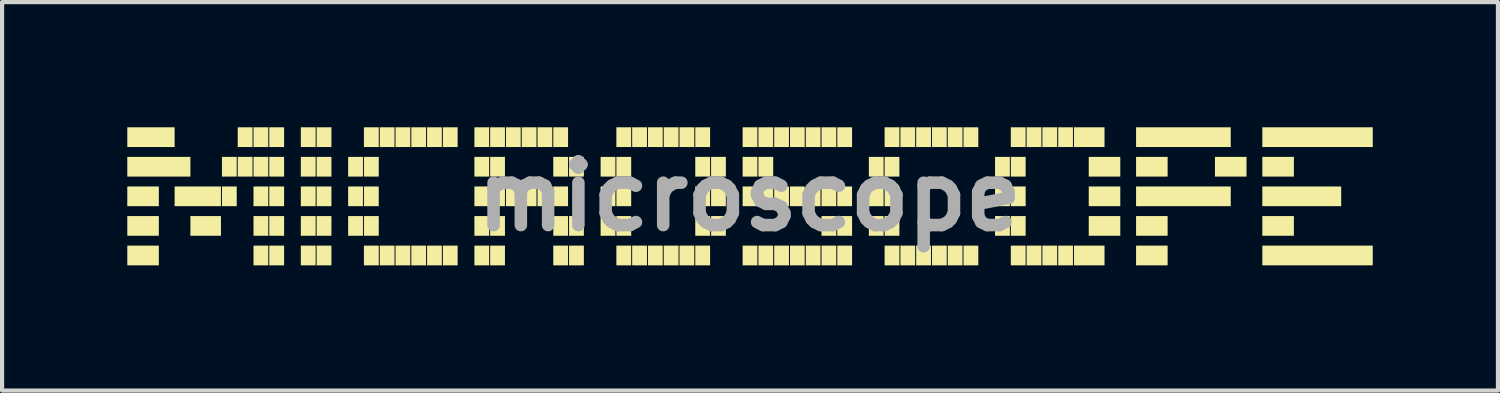
<source format=kicad_pcb>
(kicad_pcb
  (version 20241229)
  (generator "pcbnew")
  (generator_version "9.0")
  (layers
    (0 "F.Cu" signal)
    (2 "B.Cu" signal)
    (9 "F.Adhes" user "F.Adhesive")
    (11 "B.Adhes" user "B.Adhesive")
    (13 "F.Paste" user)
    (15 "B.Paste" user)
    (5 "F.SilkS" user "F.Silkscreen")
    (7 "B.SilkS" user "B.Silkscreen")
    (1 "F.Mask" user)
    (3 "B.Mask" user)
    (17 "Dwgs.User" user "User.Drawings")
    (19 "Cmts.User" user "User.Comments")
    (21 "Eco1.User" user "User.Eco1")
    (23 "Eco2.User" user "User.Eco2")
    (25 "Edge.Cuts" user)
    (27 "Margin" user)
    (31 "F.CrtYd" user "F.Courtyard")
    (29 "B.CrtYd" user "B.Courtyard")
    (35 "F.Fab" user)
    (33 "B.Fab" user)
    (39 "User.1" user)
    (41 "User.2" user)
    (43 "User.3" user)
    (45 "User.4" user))
  (footprint "microscope"
    (layer "F.Cu")
    (at 14.909 1.654)
    (property "Reference" "microscope" (at 0 0 0) (layer "F.Fab") (effects (font (size 1.524 1.524) (thickness 0.3))))
    (attr board_only exclude_from_pos_files exclude_from_bom)
    (fp_poly (pts (xy -14.153 0.236) (xy -14.909 0.236) (xy -14.909 -0.236) (xy -14.153 -0.236)) (stroke (width 0) (type solid)) (fill yes) (layer "F.SilkS"))
    (fp_poly (pts (xy -14.153 0.945) (xy -14.909 0.945) (xy -14.909 0.473) (xy -14.153 0.473)) (stroke (width 0) (type solid)) (fill yes) (layer "F.SilkS"))
    (fp_poly (pts (xy -14.153 1.654) (xy -14.909 1.654) (xy -14.909 1.181) (xy -14.153 1.181)) (stroke (width 0) (type solid)) (fill yes) (layer "F.SilkS"))
    (fp_poly (pts (xy -13.775 -1.181) (xy -14.909 -1.181) (xy -14.909 -1.654) (xy -13.775 -1.654)) (stroke (width 0) (type solid)) (fill yes) (layer "F.SilkS"))
    (fp_poly (pts (xy -13.397 -0.473) (xy -14.909 -0.473) (xy -14.909 -0.945) (xy -13.397 -0.945)) (stroke (width 0) (type solid)) (fill yes) (layer "F.SilkS"))
    (fp_poly (pts (xy -12.665 0.236) (xy -13.775 0.236) (xy -13.775 -0.236) (xy -12.665 -0.236)) (stroke (width 0) (type solid)) (fill yes) (layer "F.SilkS"))
    (fp_poly (pts (xy -12.665 0.945) (xy -13.397 0.945) (xy -13.397 0.473) (xy -12.665 0.473)) (stroke (width 0) (type solid)) (fill yes) (layer "F.SilkS"))
    (fp_poly (pts (xy -12.287 -0.473) (xy -12.641 -0.473) (xy -12.641 -0.945) (xy -12.287 -0.945)) (stroke (width 0) (type solid)) (fill yes) (layer "F.SilkS"))
    (fp_poly (pts (xy -12.287 0.236) (xy -12.641 0.236) (xy -12.641 -0.236) (xy -12.287 -0.236)) (stroke (width 0) (type solid)) (fill yes) (layer "F.SilkS"))
    (fp_poly (pts (xy -11.908 -1.181) (xy -12.263 -1.181) (xy -12.263 -1.654) (xy -11.908 -1.654)) (stroke (width 0) (type solid)) (fill yes) (layer "F.SilkS"))
    (fp_poly (pts (xy -11.908 -0.473) (xy -12.263 -0.473) (xy -12.263 -0.945) (xy -11.908 -0.945)) (stroke (width 0) (type solid)) (fill yes) (layer "F.SilkS"))
    (fp_poly (pts (xy -11.53 -1.181) (xy -11.885 -1.181) (xy -11.885 -1.654) (xy -11.53 -1.654)) (stroke (width 0) (type solid)) (fill yes) (layer "F.SilkS"))
    (fp_poly (pts (xy -11.53 -0.473) (xy -11.885 -0.473) (xy -11.885 -0.945) (xy -11.53 -0.945)) (stroke (width 0) (type solid)) (fill yes) (layer "F.SilkS"))
    (fp_poly (pts (xy -11.53 0.236) (xy -11.885 0.236) (xy -11.885 -0.236) (xy -11.53 -0.236)) (stroke (width 0) (type solid)) (fill yes) (layer "F.SilkS"))
    (fp_poly (pts (xy -11.53 0.945) (xy -11.885 0.945) (xy -11.885 0.473) (xy -11.53 0.473)) (stroke (width 0) (type solid)) (fill yes) (layer "F.SilkS"))
    (fp_poly (pts (xy -11.53 1.654) (xy -11.885 1.654) (xy -11.885 1.181) (xy -11.53 1.181)) (stroke (width 0) (type solid)) (fill yes) (layer "F.SilkS"))
    (fp_poly (pts (xy -11.152 -1.181) (xy -11.507 -1.181) (xy -11.507 -1.654) (xy -11.152 -1.654)) (stroke (width 0) (type solid)) (fill yes) (layer "F.SilkS"))
    (fp_poly (pts (xy -11.152 -0.473) (xy -11.507 -0.473) (xy -11.507 -0.945) (xy -11.152 -0.945)) (stroke (width 0) (type solid)) (fill yes) (layer "F.SilkS"))
    (fp_poly (pts (xy -11.152 0.236) (xy -11.507 0.236) (xy -11.507 -0.236) (xy -11.152 -0.236)) (stroke (width 0) (type solid)) (fill yes) (layer "F.SilkS"))
    (fp_poly (pts (xy -11.152 0.945) (xy -11.507 0.945) (xy -11.507 0.473) (xy -11.152 0.473)) (stroke (width 0) (type solid)) (fill yes) (layer "F.SilkS"))
    (fp_poly (pts (xy -11.152 1.654) (xy -11.507 1.654) (xy -11.507 1.181) (xy -11.152 1.181)) (stroke (width 0) (type solid)) (fill yes) (layer "F.SilkS"))
    (fp_poly (pts (xy -10.396 -1.181) (xy -10.751 -1.181) (xy -10.751 -1.654) (xy -10.396 -1.654)) (stroke (width 0) (type solid)) (fill yes) (layer "F.SilkS"))
    (fp_poly (pts (xy -10.396 -0.473) (xy -10.751 -0.473) (xy -10.751 -0.945) (xy -10.396 -0.945)) (stroke (width 0) (type solid)) (fill yes) (layer "F.SilkS"))
    (fp_poly (pts (xy -10.396 0.236) (xy -10.751 0.236) (xy -10.751 -0.236) (xy -10.396 -0.236)) (stroke (width 0) (type solid)) (fill yes) (layer "F.SilkS"))
    (fp_poly (pts (xy -10.396 0.945) (xy -10.751 0.945) (xy -10.751 0.473) (xy -10.396 0.473)) (stroke (width 0) (type solid)) (fill yes) (layer "F.SilkS"))
    (fp_poly (pts (xy -10.396 1.654) (xy -10.751 1.654) (xy -10.751 1.181) (xy -10.396 1.181)) (stroke (width 0) (type solid)) (fill yes) (layer "F.SilkS"))
    (fp_poly (pts (xy -10.018 -1.181) (xy -10.373 -1.181) (xy -10.373 -1.654) (xy -10.018 -1.654)) (stroke (width 0) (type solid)) (fill yes) (layer "F.SilkS"))
    (fp_poly (pts (xy -10.018 -0.473) (xy -10.373 -0.473) (xy -10.373 -0.945) (xy -10.018 -0.945)) (stroke (width 0) (type solid)) (fill yes) (layer "F.SilkS"))
    (fp_poly (pts (xy -10.018 0.236) (xy -10.373 0.236) (xy -10.373 -0.236) (xy -10.018 -0.236)) (stroke (width 0) (type solid)) (fill yes) (layer "F.SilkS"))
    (fp_poly (pts (xy -10.018 0.945) (xy -10.373 0.945) (xy -10.373 0.473) (xy -10.018 0.473)) (stroke (width 0) (type solid)) (fill yes) (layer "F.SilkS"))
    (fp_poly (pts (xy -10.018 1.654) (xy -10.373 1.654) (xy -10.373 1.181) (xy -10.018 1.181)) (stroke (width 0) (type solid)) (fill yes) (layer "F.SilkS"))
    (fp_poly (pts (xy -9.262 -0.473) (xy -9.617 -0.473) (xy -9.617 -0.945) (xy -9.262 -0.945)) (stroke (width 0) (type solid)) (fill yes) (layer "F.SilkS"))
    (fp_poly (pts (xy -9.262 0.236) (xy -9.617 0.236) (xy -9.617 -0.236) (xy -9.262 -0.236)) (stroke (width 0) (type solid)) (fill yes) (layer "F.SilkS"))
    (fp_poly (pts (xy -9.262 0.945) (xy -9.617 0.945) (xy -9.617 0.473) (xy -9.262 0.473)) (stroke (width 0) (type solid)) (fill yes) (layer "F.SilkS"))
    (fp_poly (pts (xy -8.884 -1.181) (xy -9.239 -1.181) (xy -9.239 -1.654) (xy -8.884 -1.654)) (stroke (width 0) (type solid)) (fill yes) (layer "F.SilkS"))
    (fp_poly (pts (xy -8.884 -0.473) (xy -9.239 -0.473) (xy -9.239 -0.945) (xy -8.884 -0.945)) (stroke (width 0) (type solid)) (fill yes) (layer "F.SilkS"))
    (fp_poly (pts (xy -8.884 0.236) (xy -9.239 0.236) (xy -9.239 -0.236) (xy -8.884 -0.236)) (stroke (width 0) (type solid)) (fill yes) (layer "F.SilkS"))
    (fp_poly (pts (xy -8.884 0.945) (xy -9.239 0.945) (xy -9.239 0.473) (xy -8.884 0.473)) (stroke (width 0) (type solid)) (fill yes) (layer "F.SilkS"))
    (fp_poly (pts (xy -8.884 1.654) (xy -9.239 1.654) (xy -9.239 1.181) (xy -8.884 1.181)) (stroke (width 0) (type solid)) (fill yes) (layer "F.SilkS"))
    (fp_poly (pts (xy -8.506 -1.181) (xy -8.86 -1.181) (xy -8.86 -1.654) (xy -8.506 -1.654)) (stroke (width 0) (type solid)) (fill yes) (layer "F.SilkS"))
    (fp_poly (pts (xy -8.506 1.654) (xy -8.86 1.654) (xy -8.86 1.181) (xy -8.506 1.181)) (stroke (width 0) (type solid)) (fill yes) (layer "F.SilkS"))
    (fp_poly (pts (xy -8.128 -1.181) (xy -8.482 -1.181) (xy -8.482 -1.654) (xy -8.128 -1.654)) (stroke (width 0) (type solid)) (fill yes) (layer "F.SilkS"))
    (fp_poly (pts (xy -8.128 1.654) (xy -8.482 1.654) (xy -8.482 1.181) (xy -8.128 1.181)) (stroke (width 0) (type solid)) (fill yes) (layer "F.SilkS"))
    (fp_poly (pts (xy -7.75 -1.181) (xy -8.104 -1.181) (xy -8.104 -1.654) (xy -7.75 -1.654)) (stroke (width 0) (type solid)) (fill yes) (layer "F.SilkS"))
    (fp_poly (pts (xy -7.75 1.654) (xy -8.104 1.654) (xy -8.104 1.181) (xy -7.75 1.181)) (stroke (width 0) (type solid)) (fill yes) (layer "F.SilkS"))
    (fp_poly (pts (xy -7.372 -1.181) (xy -7.726 -1.181) (xy -7.726 -1.654) (xy -7.372 -1.654)) (stroke (width 0) (type solid)) (fill yes) (layer "F.SilkS"))
    (fp_poly (pts (xy -7.372 1.654) (xy -7.726 1.654) (xy -7.726 1.181) (xy -7.372 1.181)) (stroke (width 0) (type solid)) (fill yes) (layer "F.SilkS"))
    (fp_poly (pts (xy -6.994 -1.181) (xy -7.348 -1.181) (xy -7.348 -1.654) (xy -6.994 -1.654)) (stroke (width 0) (type solid)) (fill yes) (layer "F.SilkS"))
    (fp_poly (pts (xy -6.994 1.654) (xy -7.348 1.654) (xy -7.348 1.181) (xy -6.994 1.181)) (stroke (width 0) (type solid)) (fill yes) (layer "F.SilkS"))
    (fp_poly (pts (xy -6.238 -1.181) (xy -6.592 -1.181) (xy -6.592 -1.654) (xy -6.238 -1.654)) (stroke (width 0) (type solid)) (fill yes) (layer "F.SilkS"))
    (fp_poly (pts (xy -6.238 -0.473) (xy -6.592 -0.473) (xy -6.592 -0.945) (xy -6.238 -0.945)) (stroke (width 0) (type solid)) (fill yes) (layer "F.SilkS"))
    (fp_poly (pts (xy -6.238 0.236) (xy -6.592 0.236) (xy -6.592 -0.236) (xy -6.238 -0.236)) (stroke (width 0) (type solid)) (fill yes) (layer "F.SilkS"))
    (fp_poly (pts (xy -6.238 0.945) (xy -6.592 0.945) (xy -6.592 0.473) (xy -6.238 0.473)) (stroke (width 0) (type solid)) (fill yes) (layer "F.SilkS"))
    (fp_poly (pts (xy -6.238 1.654) (xy -6.592 1.654) (xy -6.592 1.181) (xy -6.238 1.181)) (stroke (width 0) (type solid)) (fill yes) (layer "F.SilkS"))
    (fp_poly (pts (xy -5.86 -1.181) (xy -6.214 -1.181) (xy -6.214 -1.654) (xy -5.86 -1.654)) (stroke (width 0) (type solid)) (fill yes) (layer "F.SilkS"))
    (fp_poly (pts (xy -5.86 -0.473) (xy -6.214 -0.473) (xy -6.214 -0.945) (xy -5.86 -0.945)) (stroke (width 0) (type solid)) (fill yes) (layer "F.SilkS"))
    (fp_poly (pts (xy -5.86 0.236) (xy -6.214 0.236) (xy -6.214 -0.236) (xy -5.86 -0.236)) (stroke (width 0) (type solid)) (fill yes) (layer "F.SilkS"))
    (fp_poly (pts (xy -5.86 0.945) (xy -6.214 0.945) (xy -6.214 0.473) (xy -5.86 0.473)) (stroke (width 0) (type solid)) (fill yes) (layer "F.SilkS"))
    (fp_poly (pts (xy -5.86 1.654) (xy -6.214 1.654) (xy -6.214 1.181) (xy -5.86 1.181)) (stroke (width 0) (type solid)) (fill yes) (layer "F.SilkS"))
    (fp_poly (pts (xy -5.482 -1.181) (xy -5.836 -1.181) (xy -5.836 -1.654) (xy -5.482 -1.654)) (stroke (width 0) (type solid)) (fill yes) (layer "F.SilkS"))
    (fp_poly (pts (xy -5.482 0.236) (xy -5.836 0.236) (xy -5.836 -0.236) (xy -5.482 -0.236)) (stroke (width 0) (type solid)) (fill yes) (layer "F.SilkS"))
    (fp_poly (pts (xy -5.104 -1.181) (xy -5.458 -1.181) (xy -5.458 -1.654) (xy -5.104 -1.654)) (stroke (width 0) (type solid)) (fill yes) (layer "F.SilkS"))
    (fp_poly (pts (xy -5.104 0.236) (xy -5.458 0.236) (xy -5.458 -0.236) (xy -5.104 -0.236)) (stroke (width 0) (type solid)) (fill yes) (layer "F.SilkS"))
    (fp_poly (pts (xy -4.726 -1.181) (xy -5.08 -1.181) (xy -5.08 -1.654) (xy -4.726 -1.654)) (stroke (width 0) (type solid)) (fill yes) (layer "F.SilkS"))
    (fp_poly (pts (xy -4.726 0.236) (xy -5.08 0.236) (xy -5.08 -0.236) (xy -4.726 -0.236)) (stroke (width 0) (type solid)) (fill yes) (layer "F.SilkS"))
    (fp_poly (pts (xy -4.348 -1.181) (xy -4.702 -1.181) (xy -4.702 -1.654) (xy -4.348 -1.654)) (stroke (width 0) (type solid)) (fill yes) (layer "F.SilkS"))
    (fp_poly (pts (xy -4.348 -0.473) (xy -4.702 -0.473) (xy -4.702 -0.945) (xy -4.348 -0.945)) (stroke (width 0) (type solid)) (fill yes) (layer "F.SilkS"))
    (fp_poly (pts (xy -4.348 0.236) (xy -4.702 0.236) (xy -4.702 -0.236) (xy -4.348 -0.236)) (stroke (width 0) (type solid)) (fill yes) (layer "F.SilkS"))
    (fp_poly (pts (xy -4.348 0.945) (xy -4.702 0.945) (xy -4.702 0.473) (xy -4.348 0.473)) (stroke (width 0) (type solid)) (fill yes) (layer "F.SilkS"))
    (fp_poly (pts (xy -4.348 1.654) (xy -4.702 1.654) (xy -4.702 1.181) (xy -4.348 1.181)) (stroke (width 0) (type solid)) (fill yes) (layer "F.SilkS"))
    (fp_poly (pts (xy -3.969 -0.473) (xy -4.324 -0.473) (xy -4.324 -0.945) (xy -3.969 -0.945)) (stroke (width 0) (type solid)) (fill yes) (layer "F.SilkS"))
    (fp_poly (pts (xy -3.969 0.945) (xy -4.324 0.945) (xy -4.324 0.473) (xy -3.969 0.473)) (stroke (width 0) (type solid)) (fill yes) (layer "F.SilkS"))
    (fp_poly (pts (xy -3.969 1.654) (xy -4.324 1.654) (xy -4.324 1.181) (xy -3.969 1.181)) (stroke (width 0) (type solid)) (fill yes) (layer "F.SilkS"))
    (fp_poly (pts (xy -3.213 -0.473) (xy -3.568 -0.473) (xy -3.568 -0.945) (xy -3.213 -0.945)) (stroke (width 0) (type solid)) (fill yes) (layer "F.SilkS"))
    (fp_poly (pts (xy -3.213 0.236) (xy -3.568 0.236) (xy -3.568 -0.236) (xy -3.213 -0.236)) (stroke (width 0) (type solid)) (fill yes) (layer "F.SilkS"))
    (fp_poly (pts (xy -3.213 0.945) (xy -3.568 0.945) (xy -3.568 0.473) (xy -3.213 0.473)) (stroke (width 0) (type solid)) (fill yes) (layer "F.SilkS"))
    (fp_poly (pts (xy -2.835 -1.181) (xy -3.19 -1.181) (xy -3.19 -1.654) (xy -2.835 -1.654)) (stroke (width 0) (type solid)) (fill yes) (layer "F.SilkS"))
    (fp_poly (pts (xy -2.835 -0.473) (xy -3.19 -0.473) (xy -3.19 -0.945) (xy -2.835 -0.945)) (stroke (width 0) (type solid)) (fill yes) (layer "F.SilkS"))
    (fp_poly (pts (xy -2.835 0.236) (xy -3.19 0.236) (xy -3.19 -0.236) (xy -2.835 -0.236)) (stroke (width 0) (type solid)) (fill yes) (layer "F.SilkS"))
    (fp_poly (pts (xy -2.835 0.945) (xy -3.19 0.945) (xy -3.19 0.473) (xy -2.835 0.473)) (stroke (width 0) (type solid)) (fill yes) (layer "F.SilkS"))
    (fp_poly (pts (xy -2.835 1.654) (xy -3.19 1.654) (xy -3.19 1.181) (xy -2.835 1.181)) (stroke (width 0) (type solid)) (fill yes) (layer "F.SilkS"))
    (fp_poly (pts (xy -2.457 -1.181) (xy -2.812 -1.181) (xy -2.812 -1.654) (xy -2.457 -1.654)) (stroke (width 0) (type solid)) (fill yes) (layer "F.SilkS"))
    (fp_poly (pts (xy -2.457 1.654) (xy -2.812 1.654) (xy -2.812 1.181) (xy -2.457 1.181)) (stroke (width 0) (type solid)) (fill yes) (layer "F.SilkS"))
    (fp_poly (pts (xy -2.079 -1.181) (xy -2.434 -1.181) (xy -2.434 -1.654) (xy -2.079 -1.654)) (stroke (width 0) (type solid)) (fill yes) (layer "F.SilkS"))
    (fp_poly (pts (xy -2.079 1.654) (xy -2.434 1.654) (xy -2.434 1.181) (xy -2.079 1.181)) (stroke (width 0) (type solid)) (fill yes) (layer "F.SilkS"))
    (fp_poly (pts (xy -1.701 -1.181) (xy -2.056 -1.181) (xy -2.056 -1.654) (xy -1.701 -1.654)) (stroke (width 0) (type solid)) (fill yes) (layer "F.SilkS"))
    (fp_poly (pts (xy -1.701 1.654) (xy -2.056 1.654) (xy -2.056 1.181) (xy -1.701 1.181)) (stroke (width 0) (type solid)) (fill yes) (layer "F.SilkS"))
    (fp_poly (pts (xy -1.323 -1.181) (xy -1.678 -1.181) (xy -1.678 -1.654) (xy -1.323 -1.654)) (stroke (width 0) (type solid)) (fill yes) (layer "F.SilkS"))
    (fp_poly (pts (xy -1.323 1.654) (xy -1.678 1.654) (xy -1.678 1.181) (xy -1.323 1.181)) (stroke (width 0) (type solid)) (fill yes) (layer "F.SilkS"))
    (fp_poly (pts (xy -0.945 -1.181) (xy -1.3 -1.181) (xy -1.3 -1.654) (xy -0.945 -1.654)) (stroke (width 0) (type solid)) (fill yes) (layer "F.SilkS"))
    (fp_poly (pts (xy -0.945 -0.473) (xy -1.3 -0.473) (xy -1.3 -0.945) (xy -0.945 -0.945)) (stroke (width 0) (type solid)) (fill yes) (layer "F.SilkS"))
    (fp_poly (pts (xy -0.945 0.236) (xy -1.3 0.236) (xy -1.3 -0.236) (xy -0.945 -0.236)) (stroke (width 0) (type solid)) (fill yes) (layer "F.SilkS"))
    (fp_poly (pts (xy -0.945 0.945) (xy -1.3 0.945) (xy -1.3 0.473) (xy -0.945 0.473)) (stroke (width 0) (type solid)) (fill yes) (layer "F.SilkS"))
    (fp_poly (pts (xy -0.945 1.654) (xy -1.3 1.654) (xy -1.3 1.181) (xy -0.945 1.181)) (stroke (width 0) (type solid)) (fill yes) (layer "F.SilkS"))
    (fp_poly (pts (xy -0.567 -0.473) (xy -0.921 -0.473) (xy -0.921 -0.945) (xy -0.567 -0.945)) (stroke (width 0) (type solid)) (fill yes) (layer "F.SilkS"))
    (fp_poly (pts (xy -0.567 0.236) (xy -0.921 0.236) (xy -0.921 -0.236) (xy -0.567 -0.236)) (stroke (width 0) (type solid)) (fill yes) (layer "F.SilkS"))
    (fp_poly (pts (xy -0.567 0.945) (xy -0.921 0.945) (xy -0.921 0.473) (xy -0.567 0.473)) (stroke (width 0) (type solid)) (fill yes) (layer "F.SilkS"))
    (fp_poly (pts (xy 0.189 -1.181) (xy -0.165 -1.181) (xy -0.165 -1.654) (xy 0.189 -1.654)) (stroke (width 0) (type solid)) (fill yes) (layer "F.SilkS"))
    (fp_poly (pts (xy 0.189 -0.473) (xy -0.165 -0.473) (xy -0.165 -0.945) (xy 0.189 -0.945)) (stroke (width 0) (type solid)) (fill yes) (layer "F.SilkS"))
    (fp_poly (pts (xy 0.189 0.236) (xy -0.165 0.236) (xy -0.165 -0.236) (xy 0.189 -0.236)) (stroke (width 0) (type solid)) (fill yes) (layer "F.SilkS"))
    (fp_poly (pts (xy 0.189 1.654) (xy -0.165 1.654) (xy -0.165 1.181) (xy 0.189 1.181)) (stroke (width 0) (type solid)) (fill yes) (layer "F.SilkS"))
    (fp_poly (pts (xy 0.567 -1.181) (xy 0.213 -1.181) (xy 0.213 -1.654) (xy 0.567 -1.654)) (stroke (width 0) (type solid)) (fill yes) (layer "F.SilkS"))
    (fp_poly (pts (xy 0.567 -0.473) (xy 0.213 -0.473) (xy 0.213 -0.945) (xy 0.567 -0.945)) (stroke (width 0) (type solid)) (fill yes) (layer "F.SilkS"))
    (fp_poly (pts (xy 0.567 0.236) (xy 0.213 0.236) (xy 0.213 -0.236) (xy 0.567 -0.236)) (stroke (width 0) (type solid)) (fill yes) (layer "F.SilkS"))
    (fp_poly (pts (xy 0.567 1.654) (xy 0.213 1.654) (xy 0.213 1.181) (xy 0.567 1.181)) (stroke (width 0) (type solid)) (fill yes) (layer "F.SilkS"))
    (fp_poly (pts (xy 0.945 -1.181) (xy 0.591 -1.181) (xy 0.591 -1.654) (xy 0.945 -1.654)) (stroke (width 0) (type solid)) (fill yes) (layer "F.SilkS"))
    (fp_poly (pts (xy 0.945 0.236) (xy 0.591 0.236) (xy 0.591 -0.236) (xy 0.945 -0.236)) (stroke (width 0) (type solid)) (fill yes) (layer "F.SilkS"))
    (fp_poly (pts (xy 0.945 1.654) (xy 0.591 1.654) (xy 0.591 1.181) (xy 0.945 1.181)) (stroke (width 0) (type solid)) (fill yes) (layer "F.SilkS"))
    (fp_poly (pts (xy 1.323 -1.181) (xy 0.969 -1.181) (xy 0.969 -1.654) (xy 1.323 -1.654)) (stroke (width 0) (type solid)) (fill yes) (layer "F.SilkS"))
    (fp_poly (pts (xy 1.323 0.236) (xy 0.969 0.236) (xy 0.969 -0.236) (xy 1.323 -0.236)) (stroke (width 0) (type solid)) (fill yes) (layer "F.SilkS"))
    (fp_poly (pts (xy 1.323 1.654) (xy 0.969 1.654) (xy 0.969 1.181) (xy 1.323 1.181)) (stroke (width 0) (type solid)) (fill yes) (layer "F.SilkS"))
    (fp_poly (pts (xy 1.701 -1.181) (xy 1.347 -1.181) (xy 1.347 -1.654) (xy 1.701 -1.654)) (stroke (width 0) (type solid)) (fill yes) (layer "F.SilkS"))
    (fp_poly (pts (xy 1.701 0.236) (xy 1.347 0.236) (xy 1.347 -0.236) (xy 1.701 -0.236)) (stroke (width 0) (type solid)) (fill yes) (layer "F.SilkS"))
    (fp_poly (pts (xy 1.701 1.654) (xy 1.347 1.654) (xy 1.347 1.181) (xy 1.701 1.181)) (stroke (width 0) (type solid)) (fill yes) (layer "F.SilkS"))
    (fp_poly (pts (xy 2.079 -1.181) (xy 1.725 -1.181) (xy 1.725 -1.654) (xy 2.079 -1.654)) (stroke (width 0) (type solid)) (fill yes) (layer "F.SilkS"))
    (fp_poly (pts (xy 2.079 0.236) (xy 1.725 0.236) (xy 1.725 -0.236) (xy 2.079 -0.236)) (stroke (width 0) (type solid)) (fill yes) (layer "F.SilkS"))
    (fp_poly (pts (xy 2.079 0.945) (xy 1.725 0.945) (xy 1.725 0.473) (xy 2.079 0.473)) (stroke (width 0) (type solid)) (fill yes) (layer "F.SilkS"))
    (fp_poly (pts (xy 2.079 1.654) (xy 1.725 1.654) (xy 1.725 1.181) (xy 2.079 1.181)) (stroke (width 0) (type solid)) (fill yes) (layer "F.SilkS"))
    (fp_poly (pts (xy 2.457 -1.181) (xy 2.103 -1.181) (xy 2.103 -1.654) (xy 2.457 -1.654)) (stroke (width 0) (type solid)) (fill yes) (layer "F.SilkS"))
    (fp_poly (pts (xy 2.457 0.236) (xy 2.103 0.236) (xy 2.103 -0.236) (xy 2.457 -0.236)) (stroke (width 0) (type solid)) (fill yes) (layer "F.SilkS"))
    (fp_poly (pts (xy 2.457 0.945) (xy 2.103 0.945) (xy 2.103 0.473) (xy 2.457 0.473)) (stroke (width 0) (type solid)) (fill yes) (layer "F.SilkS"))
    (fp_poly (pts (xy 2.457 1.654) (xy 2.103 1.654) (xy 2.103 1.181) (xy 2.457 1.181)) (stroke (width 0) (type solid)) (fill yes) (layer "F.SilkS"))
    (fp_poly (pts (xy 3.213 -0.473) (xy 2.859 -0.473) (xy 2.859 -0.945) (xy 3.213 -0.945)) (stroke (width 0) (type solid)) (fill yes) (layer "F.SilkS"))
    (fp_poly (pts (xy 3.213 0.236) (xy 2.859 0.236) (xy 2.859 -0.236) (xy 3.213 -0.236)) (stroke (width 0) (type solid)) (fill yes) (layer "F.SilkS"))
    (fp_poly (pts (xy 3.213 0.945) (xy 2.859 0.945) (xy 2.859 0.473) (xy 3.213 0.473)) (stroke (width 0) (type solid)) (fill yes) (layer "F.SilkS"))
    (fp_poly (pts (xy 3.591 -1.181) (xy 3.237 -1.181) (xy 3.237 -1.654) (xy 3.591 -1.654)) (stroke (width 0) (type solid)) (fill yes) (layer "F.SilkS"))
    (fp_poly (pts (xy 3.591 -0.473) (xy 3.237 -0.473) (xy 3.237 -0.945) (xy 3.591 -0.945)) (stroke (width 0) (type solid)) (fill yes) (layer "F.SilkS"))
    (fp_poly (pts (xy 3.591 0.236) (xy 3.237 0.236) (xy 3.237 -0.236) (xy 3.591 -0.236)) (stroke (width 0) (type solid)) (fill yes) (layer "F.SilkS"))
    (fp_poly (pts (xy 3.591 0.945) (xy 3.237 0.945) (xy 3.237 0.473) (xy 3.591 0.473)) (stroke (width 0) (type solid)) (fill yes) (layer "F.SilkS"))
    (fp_poly (pts (xy 3.591 1.654) (xy 3.237 1.654) (xy 3.237 1.181) (xy 3.591 1.181)) (stroke (width 0) (type solid)) (fill yes) (layer "F.SilkS"))
    (fp_poly (pts (xy 3.969 -1.181) (xy 3.615 -1.181) (xy 3.615 -1.654) (xy 3.969 -1.654)) (stroke (width 0) (type solid)) (fill yes) (layer "F.SilkS"))
    (fp_poly (pts (xy 3.969 1.654) (xy 3.615 1.654) (xy 3.615 1.181) (xy 3.969 1.181)) (stroke (width 0) (type solid)) (fill yes) (layer "F.SilkS"))
    (fp_poly (pts (xy 4.348 -1.181) (xy 3.993 -1.181) (xy 3.993 -1.654) (xy 4.348 -1.654)) (stroke (width 0) (type solid)) (fill yes) (layer "F.SilkS"))
    (fp_poly (pts (xy 4.348 1.654) (xy 3.993 1.654) (xy 3.993 1.181) (xy 4.348 1.181)) (stroke (width 0) (type solid)) (fill yes) (layer "F.SilkS"))
    (fp_poly (pts (xy 4.726 -1.181) (xy 4.371 -1.181) (xy 4.371 -1.654) (xy 4.726 -1.654)) (stroke (width 0) (type solid)) (fill yes) (layer "F.SilkS"))
    (fp_poly (pts (xy 4.726 1.654) (xy 4.371 1.654) (xy 4.371 1.181) (xy 4.726 1.181)) (stroke (width 0) (type solid)) (fill yes) (layer "F.SilkS"))
    (fp_poly (pts (xy 5.104 -1.181) (xy 4.749 -1.181) (xy 4.749 -1.654) (xy 5.104 -1.654)) (stroke (width 0) (type solid)) (fill yes) (layer "F.SilkS"))
    (fp_poly (pts (xy 5.104 1.654) (xy 4.749 1.654) (xy 4.749 1.181) (xy 5.104 1.181)) (stroke (width 0) (type solid)) (fill yes) (layer "F.SilkS"))
    (fp_poly (pts (xy 5.482 -1.181) (xy 5.127 -1.181) (xy 5.127 -1.654) (xy 5.482 -1.654)) (stroke (width 0) (type solid)) (fill yes) (layer "F.SilkS"))
    (fp_poly (pts (xy 5.482 1.654) (xy 5.127 1.654) (xy 5.127 1.181) (xy 5.482 1.181)) (stroke (width 0) (type solid)) (fill yes) (layer "F.SilkS"))
    (fp_poly (pts (xy 6.238 -0.473) (xy 5.883 -0.473) (xy 5.883 -0.945) (xy 6.238 -0.945)) (stroke (width 0) (type solid)) (fill yes) (layer "F.SilkS"))
    (fp_poly (pts (xy 6.238 0.236) (xy 5.883 0.236) (xy 5.883 -0.236) (xy 6.238 -0.236)) (stroke (width 0) (type solid)) (fill yes) (layer "F.SilkS"))
    (fp_poly (pts (xy 6.238 0.945) (xy 5.883 0.945) (xy 5.883 0.473) (xy 6.238 0.473)) (stroke (width 0) (type solid)) (fill yes) (layer "F.SilkS"))
    (fp_poly (pts (xy 6.616 -1.181) (xy 6.261 -1.181) (xy 6.261 -1.654) (xy 6.616 -1.654)) (stroke (width 0) (type solid)) (fill yes) (layer "F.SilkS"))
    (fp_poly (pts (xy 6.616 -0.473) (xy 6.261 -0.473) (xy 6.261 -0.945) (xy 6.616 -0.945)) (stroke (width 0) (type solid)) (fill yes) (layer "F.SilkS"))
    (fp_poly (pts (xy 6.616 0.236) (xy 6.261 0.236) (xy 6.261 -0.236) (xy 6.616 -0.236)) (stroke (width 0) (type solid)) (fill yes) (layer "F.SilkS"))
    (fp_poly (pts (xy 6.616 0.945) (xy 6.261 0.945) (xy 6.261 0.473) (xy 6.616 0.473)) (stroke (width 0) (type solid)) (fill yes) (layer "F.SilkS"))
    (fp_poly (pts (xy 6.616 1.654) (xy 6.261 1.654) (xy 6.261 1.181) (xy 6.616 1.181)) (stroke (width 0) (type solid)) (fill yes) (layer "F.SilkS"))
    (fp_poly (pts (xy 6.994 -1.181) (xy 6.639 -1.181) (xy 6.639 -1.654) (xy 6.994 -1.654)) (stroke (width 0) (type solid)) (fill yes) (layer "F.SilkS"))
    (fp_poly (pts (xy 6.994 1.654) (xy 6.639 1.654) (xy 6.639 1.181) (xy 6.994 1.181)) (stroke (width 0) (type solid)) (fill yes) (layer "F.SilkS"))
    (fp_poly (pts (xy 7.372 -1.181) (xy 7.017 -1.181) (xy 7.017 -1.654) (xy 7.372 -1.654)) (stroke (width 0) (type solid)) (fill yes) (layer "F.SilkS"))
    (fp_poly (pts (xy 7.372 1.654) (xy 7.017 1.654) (xy 7.017 1.181) (xy 7.372 1.181)) (stroke (width 0) (type solid)) (fill yes) (layer "F.SilkS"))
    (fp_poly (pts (xy 7.75 -1.181) (xy 7.396 -1.181) (xy 7.396 -1.654) (xy 7.75 -1.654)) (stroke (width 0) (type solid)) (fill yes) (layer "F.SilkS"))
    (fp_poly (pts (xy 7.75 1.654) (xy 7.396 1.654) (xy 7.396 1.181) (xy 7.75 1.181)) (stroke (width 0) (type solid)) (fill yes) (layer "F.SilkS"))
    (fp_poly (pts (xy 8.506 -1.181) (xy 7.774 -1.181) (xy 7.774 -1.654) (xy 8.506 -1.654)) (stroke (width 0) (type solid)) (fill yes) (layer "F.SilkS"))
    (fp_poly (pts (xy 8.506 1.654) (xy 7.774 1.654) (xy 7.774 1.181) (xy 8.506 1.181)) (stroke (width 0) (type solid)) (fill yes) (layer "F.SilkS"))
    (fp_poly (pts (xy 8.884 -0.473) (xy 8.128 -0.473) (xy 8.128 -0.945) (xy 8.884 -0.945)) (stroke (width 0) (type solid)) (fill yes) (layer "F.SilkS"))
    (fp_poly (pts (xy 8.884 0.236) (xy 8.128 0.236) (xy 8.128 -0.236) (xy 8.884 -0.236)) (stroke (width 0) (type solid)) (fill yes) (layer "F.SilkS"))
    (fp_poly (pts (xy 8.884 0.945) (xy 8.128 0.945) (xy 8.128 0.473) (xy 8.884 0.473)) (stroke (width 0) (type solid)) (fill yes) (layer "F.SilkS"))
    (fp_poly (pts (xy 10.018 -0.473) (xy 9.262 -0.473) (xy 9.262 -0.945) (xy 10.018 -0.945)) (stroke (width 0) (type solid)) (fill yes) (layer "F.SilkS"))
    (fp_poly (pts (xy 10.018 0.945) (xy 9.262 0.945) (xy 9.262 0.473) (xy 10.018 0.473)) (stroke (width 0) (type solid)) (fill yes) (layer "F.SilkS"))
    (fp_poly (pts (xy 10.018 1.654) (xy 9.262 1.654) (xy 9.262 1.181) (xy 10.018 1.181)) (stroke (width 0) (type solid)) (fill yes) (layer "F.SilkS"))
    (fp_poly (pts (xy 11.53 -1.181) (xy 9.262 -1.181) (xy 9.262 -1.654) (xy 11.53 -1.654)) (stroke (width 0) (type solid)) (fill yes) (layer "F.SilkS"))
    (fp_poly (pts (xy 11.53 0.236) (xy 9.262 0.236) (xy 9.262 -0.236) (xy 11.53 -0.236)) (stroke (width 0) (type solid)) (fill yes) (layer "F.SilkS"))
    (fp_poly (pts (xy 11.908 -0.473) (xy 11.152 -0.473) (xy 11.152 -0.945) (xy 11.908 -0.945)) (stroke (width 0) (type solid)) (fill yes) (layer "F.SilkS"))
    (fp_poly (pts (xy 13.043 -0.473) (xy 12.287 -0.473) (xy 12.287 -0.945) (xy 13.043 -0.945)) (stroke (width 0) (type solid)) (fill yes) (layer "F.SilkS"))
    (fp_poly (pts (xy 13.043 0.945) (xy 12.287 0.945) (xy 12.287 0.473) (xy 13.043 0.473)) (stroke (width 0) (type solid)) (fill yes) (layer "F.SilkS"))
    (fp_poly (pts (xy 14.177 0.236) (xy 12.287 0.236) (xy 12.287 -0.236) (xy 14.177 -0.236)) (stroke (width 0) (type solid)) (fill yes) (layer "F.SilkS"))
    (fp_poly (pts (xy 14.933 -1.181) (xy 12.287 -1.181) (xy 12.287 -1.654) (xy 14.933 -1.654)) (stroke (width 0) (type solid)) (fill yes) (layer "F.SilkS"))
    (fp_poly (pts (xy 14.933 1.654) (xy 12.287 1.654) (xy 12.287 1.181) (xy 14.933 1.181)) (stroke (width 0) (type solid)) (fill yes) (layer "F.SilkS")))
  (gr_rect
    (start -3 -3)
    (end 32.842 6.308)
    (stroke (width 0.1) (type default))
    (fill no)
    (layer "Edge.Cuts")))
</source>
